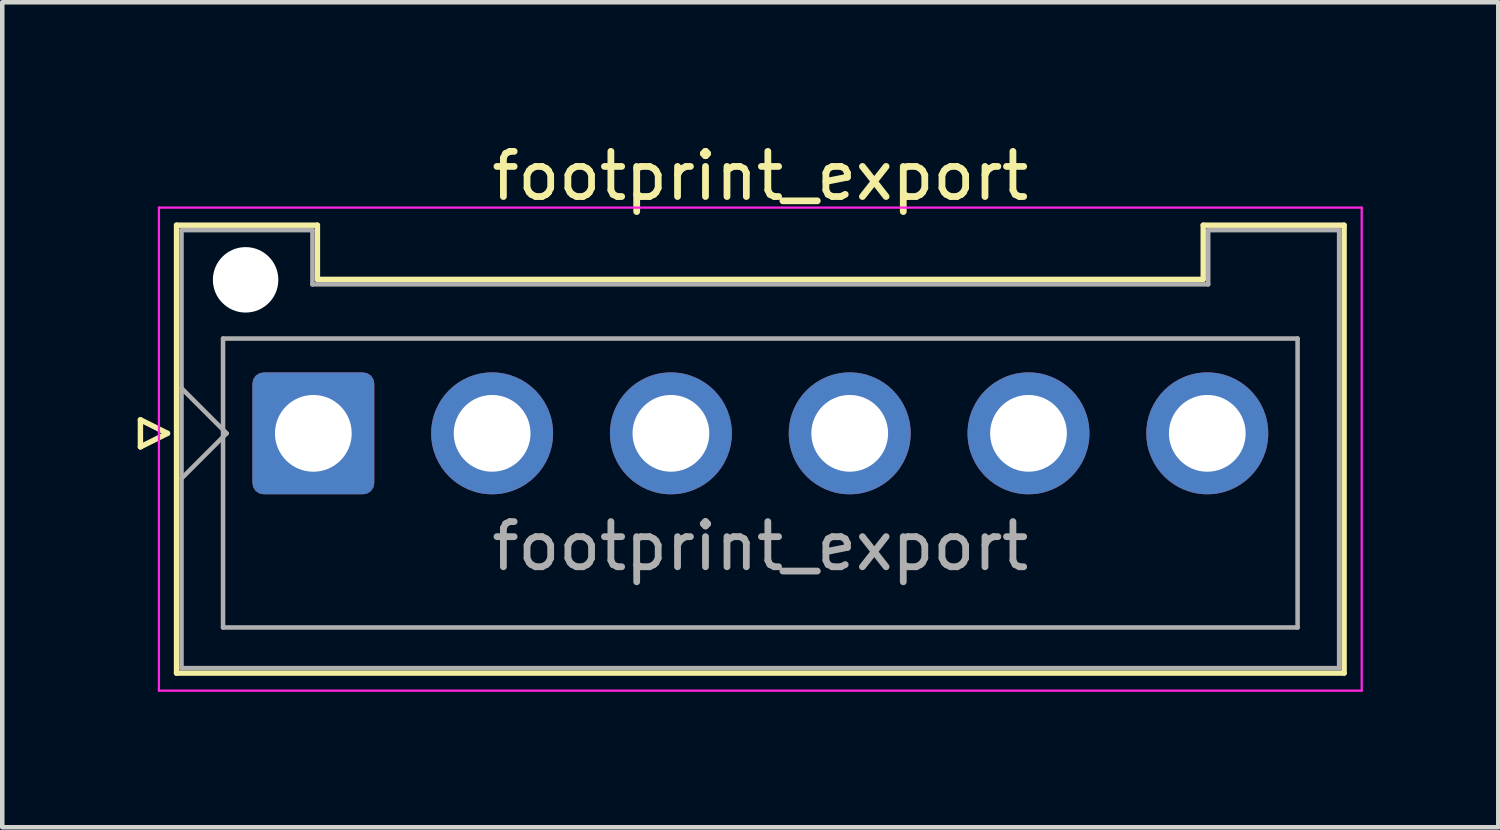
<source format=kicad_pcb>
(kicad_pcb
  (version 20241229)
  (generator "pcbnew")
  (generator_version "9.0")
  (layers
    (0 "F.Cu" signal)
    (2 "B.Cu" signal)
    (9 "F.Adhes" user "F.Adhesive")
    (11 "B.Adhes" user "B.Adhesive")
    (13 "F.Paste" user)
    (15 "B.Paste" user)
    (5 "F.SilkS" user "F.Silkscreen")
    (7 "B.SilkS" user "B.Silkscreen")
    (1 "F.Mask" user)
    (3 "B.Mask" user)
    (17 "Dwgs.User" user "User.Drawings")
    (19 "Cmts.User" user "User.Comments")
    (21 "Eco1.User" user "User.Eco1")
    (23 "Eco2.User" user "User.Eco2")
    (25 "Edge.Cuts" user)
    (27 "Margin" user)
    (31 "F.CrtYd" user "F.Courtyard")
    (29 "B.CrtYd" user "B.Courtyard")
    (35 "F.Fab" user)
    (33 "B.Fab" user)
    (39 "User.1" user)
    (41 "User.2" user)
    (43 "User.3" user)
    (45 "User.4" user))
  (footprint "footprint_export"
    (layer "F.Cu")
    (at 3.89 6.548)
    (property "Reference" "footprint_export" (at 9.9 -5.7 0) (layer "F.SilkS") (effects (font (size 1 1) (thickness 0.15))))
    (attr through_hole)
    (fp_line (start -3.83 -0.3) (end -3.23 0) (stroke (width 0.12) (type solid)) (layer "F.SilkS"))
    (fp_line (start -3.83 0.3) (end -3.83 -0.3) (stroke (width 0.12) (type solid)) (layer "F.SilkS"))
    (fp_line (start -3.23 0) (end -3.83 0.3) (stroke (width 0.12) (type solid)) (layer "F.SilkS"))
    (fp_line (start -3.03 -4.61) (end 0.09 -4.61) (stroke (width 0.12) (type solid)) (layer "F.SilkS"))
    (fp_line (start -3.03 5.31) (end -3.03 -4.61) (stroke (width 0.12) (type solid)) (layer "F.SilkS"))
    (fp_line (start 0.09 -4.61) (end 0.09 -3.41) (stroke (width 0.12) (type solid)) (layer "F.SilkS"))
    (fp_line (start 0.09 -3.41) (end 19.71 -3.41) (stroke (width 0.12) (type solid)) (layer "F.SilkS"))
    (fp_line (start 19.71 -4.61) (end 22.83 -4.61) (stroke (width 0.12) (type solid)) (layer "F.SilkS"))
    (fp_line (start 19.71 -3.41) (end 19.71 -4.61) (stroke (width 0.12) (type solid)) (layer "F.SilkS"))
    (fp_line (start 22.83 -4.61) (end 22.83 5.31) (stroke (width 0.12) (type solid)) (layer "F.SilkS"))
    (fp_line (start 22.83 5.31) (end -3.03 5.31) (stroke (width 0.12) (type solid)) (layer "F.SilkS"))
    (fp_line (start -3.42 -5) (end -3.42 5.7) (stroke (width 0.05) (type solid)) (layer "F.CrtYd"))
    (fp_line (start -3.42 5.7) (end 23.22 5.7) (stroke (width 0.05) (type solid)) (layer "F.CrtYd"))
    (fp_line (start 23.22 -5) (end -3.42 -5) (stroke (width 0.05) (type solid)) (layer "F.CrtYd"))
    (fp_line (start 23.22 5.7) (end 23.22 -5) (stroke (width 0.05) (type solid)) (layer "F.CrtYd"))
    (fp_line (start -2.92 -4.5) (end -0.02 -4.5) (stroke (width 0.1) (type solid)) (layer "F.Fab"))
    (fp_line (start -2.92 -1) (end -1.92 0) (stroke (width 0.1) (type solid)) (layer "F.Fab"))
    (fp_line (start -2.92 1) (end -1.92 0) (stroke (width 0.1) (type solid)) (layer "F.Fab"))
    (fp_line (start -2.92 5.2) (end -2.92 -4.5) (stroke (width 0.1) (type solid)) (layer "F.Fab"))
    (fp_line (start -2 -2.1) (end 21.8 -2.1) (stroke (width 0.1) (type solid)) (layer "F.Fab"))
    (fp_line (start -2 4.3) (end -2 -2.1) (stroke (width 0.1) (type solid)) (layer "F.Fab"))
    (fp_line (start -0.02 -4.5) (end -0.02 -3.3) (stroke (width 0.1) (type solid)) (layer "F.Fab"))
    (fp_line (start -0.02 -3.3) (end 19.82 -3.3) (stroke (width 0.1) (type solid)) (layer "F.Fab"))
    (fp_line (start 19.82 -4.5) (end 22.72 -4.5) (stroke (width 0.1) (type solid)) (layer "F.Fab"))
    (fp_line (start 19.82 -3.3) (end 19.82 -4.5) (stroke (width 0.1) (type solid)) (layer "F.Fab"))
    (fp_line (start 21.8 -2.1) (end 21.8 4.3) (stroke (width 0.1) (type solid)) (layer "F.Fab"))
    (fp_line (start 21.8 4.3) (end -2 4.3) (stroke (width 0.1) (type solid)) (layer "F.Fab"))
    (fp_line (start 22.72 -4.5) (end 22.72 5.2) (stroke (width 0.1) (type solid)) (layer "F.Fab"))
    (fp_line (start 22.72 5.2) (end -2.92 5.2) (stroke (width 0.1) (type solid)) (layer "F.Fab"))
    (fp_text user "${REFERENCE}" (at 9.9 2.5 0) (layer "F.Fab") (effects (font (size 1 1) (thickness 0.15))))
    (pad "" np_thru_hole circle (at -1.5 -3.4) (size 1.45 1.45) (drill 1.45) (layers "*.Cu" "*.Mask"))
    (pad "1" thru_hole roundrect (at 0 0) (size 2.7 2.7) (drill 1.7) (layers "*.Cu" "*.Mask") (roundrect_rratio 0.093))
    (pad "2" thru_hole circle (at 3.96 0) (size 2.7 2.7) (drill 1.7) (layers "*.Cu" "*.Mask"))
    (pad "3" thru_hole circle (at 7.92 0) (size 2.7 2.7) (drill 1.7) (layers "*.Cu" "*.Mask"))
    (pad "4" thru_hole circle (at 11.88 0) (size 2.7 2.7) (drill 1.7) (layers "*.Cu" "*.Mask"))
    (pad "5" thru_hole circle (at 15.84 0) (size 2.7 2.7) (drill 1.7) (layers "*.Cu" "*.Mask"))
    (pad "6" thru_hole circle (at 19.8 0) (size 2.7 2.7) (drill 1.7) (layers "*.Cu" "*.Mask")))
  (gr_rect
    (start -3 -3)
    (end 30.135 15.273)
    (stroke (width 0.1) (type default))
    (fill no)
    (layer "Edge.Cuts")))
</source>
